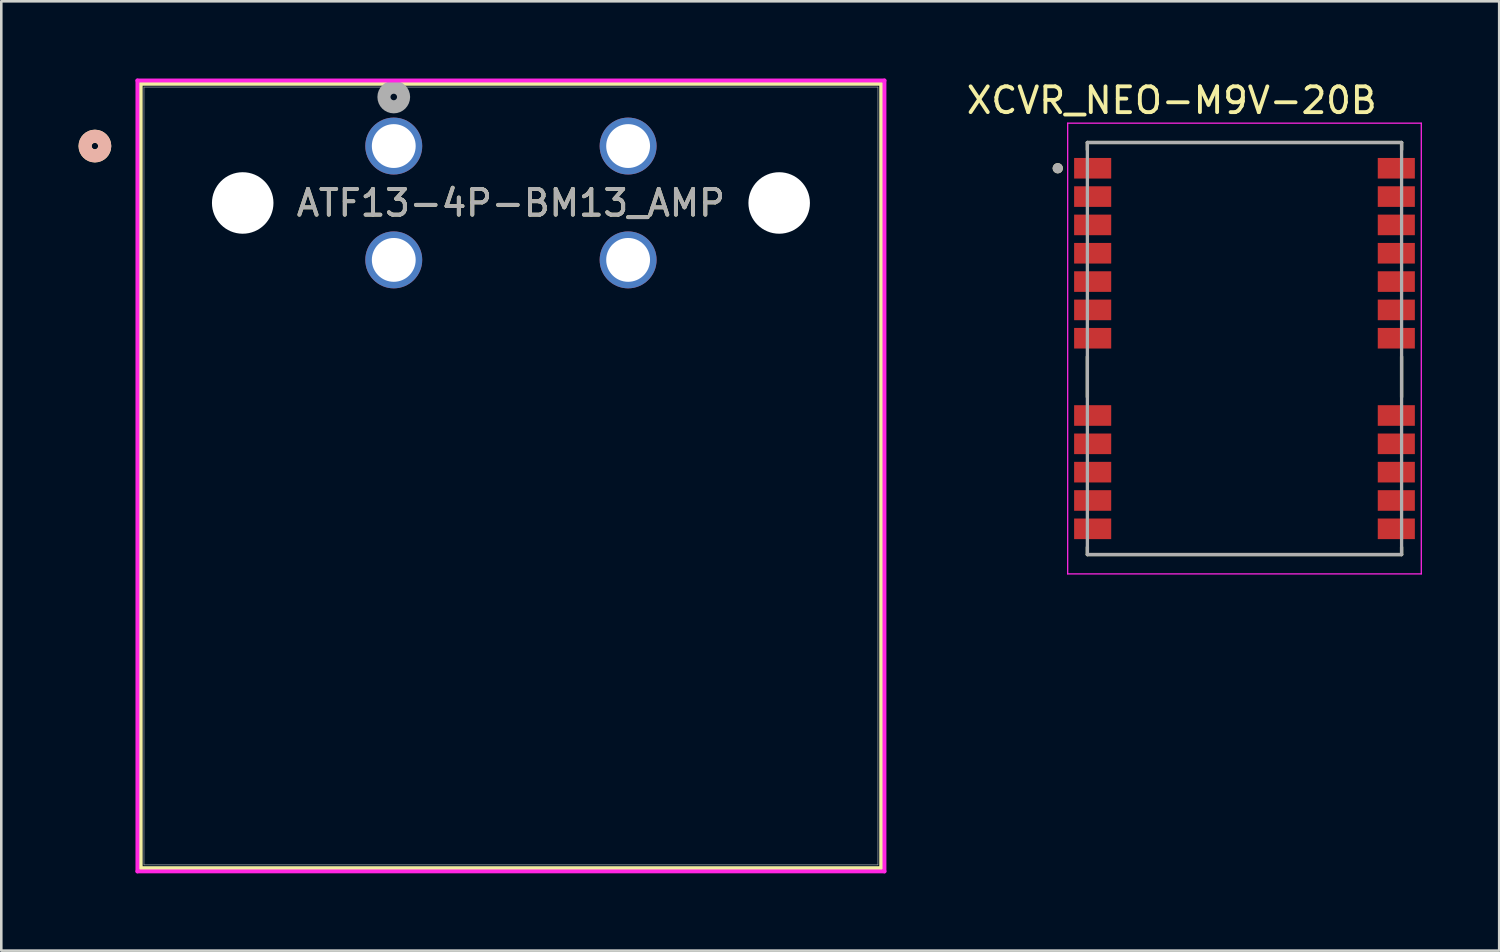
<source format=kicad_pcb>
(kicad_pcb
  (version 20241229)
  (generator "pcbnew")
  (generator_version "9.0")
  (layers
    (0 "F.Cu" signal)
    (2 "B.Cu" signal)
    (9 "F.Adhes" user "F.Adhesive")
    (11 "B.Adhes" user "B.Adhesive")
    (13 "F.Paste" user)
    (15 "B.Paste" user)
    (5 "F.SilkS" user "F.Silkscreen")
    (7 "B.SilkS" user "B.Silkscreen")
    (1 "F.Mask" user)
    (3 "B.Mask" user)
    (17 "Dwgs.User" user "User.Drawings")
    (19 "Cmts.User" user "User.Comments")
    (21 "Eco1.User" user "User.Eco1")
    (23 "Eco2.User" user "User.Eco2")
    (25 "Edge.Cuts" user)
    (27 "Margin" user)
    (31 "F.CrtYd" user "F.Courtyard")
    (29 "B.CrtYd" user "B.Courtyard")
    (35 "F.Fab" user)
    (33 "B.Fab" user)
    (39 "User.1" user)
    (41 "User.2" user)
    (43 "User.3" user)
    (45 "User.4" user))
  (footprint "XCVR_NEO-M9V-20B"
    (layer "F.Cu")
    (at 45.271 10.483)
    (property "Reference" "XCVR_NEO-M9V-20B" (at -2.825 -9.635 0) (layer "F.SilkS") (effects (font (size 1 1) (thickness 0.15))))
    (attr smd)
    (fp_line (start -6.1 -8) (end 6.1 -8) (stroke (width 0.127) (type solid)) (layer "F.SilkS"))
    (fp_line (start -6.1 -7.715) (end -6.1 -8) (stroke (width 0.127) (type solid)) (layer "F.SilkS"))
    (fp_line (start -6.1 1.885) (end -6.1 0.315) (stroke (width 0.127) (type solid)) (layer "F.SilkS"))
    (fp_line (start -6.1 8) (end -6.1 7.715) (stroke (width 0.127) (type solid)) (layer "F.SilkS"))
    (fp_line (start 6.1 -8) (end 6.1 -7.715) (stroke (width 0.127) (type solid)) (layer "F.SilkS"))
    (fp_line (start 6.1 0.315) (end 6.1 1.885) (stroke (width 0.127) (type solid)) (layer "F.SilkS"))
    (fp_line (start 6.1 8) (end -6.1 8) (stroke (width 0.127) (type solid)) (layer "F.SilkS"))
    (fp_line (start 6.1 8) (end 6.1 7.715) (stroke (width 0.127) (type solid)) (layer "F.SilkS"))
    (fp_circle (center -7.25 -7) (end -7.15 -7) (stroke (width 0.2) (type solid)) (fill no) (layer "F.SilkS"))
    (fp_line (start -6.865 -8.75) (end -6.865 8.75) (stroke (width 0.05) (type solid)) (layer "F.CrtYd"))
    (fp_line (start -6.865 8.75) (end 6.865 8.75) (stroke (width 0.05) (type solid)) (layer "F.CrtYd"))
    (fp_line (start 6.865 -8.75) (end -6.865 -8.75) (stroke (width 0.05) (type solid)) (layer "F.CrtYd"))
    (fp_line (start 6.865 8.75) (end 6.865 -8.75) (stroke (width 0.05) (type solid)) (layer "F.CrtYd"))
    (fp_line (start -6.1 -8) (end 6.1 -8) (stroke (width 0.127) (type solid)) (layer "F.Fab"))
    (fp_line (start -6.1 8) (end -6.1 -8) (stroke (width 0.127) (type solid)) (layer "F.Fab"))
    (fp_line (start 6.1 -8) (end 6.1 8) (stroke (width 0.127) (type solid)) (layer "F.Fab"))
    (fp_line (start 6.1 8) (end -6.1 8) (stroke (width 0.127) (type solid)) (layer "F.Fab"))
    (fp_circle (center -7.25 -7) (end -7.15 -7) (stroke (width 0.2) (type solid)) (fill no) (layer "F.Fab"))
    (pad "1" smd rect (at -5.895 -7) (size 1.44 0.8) (layers "F.Cu" "F.Mask" "F.Paste"))
    (pad "2" smd rect (at -5.895 -5.9) (size 1.44 0.8) (layers "F.Cu" "F.Mask" "F.Paste"))
    (pad "3" smd rect (at -5.895 -4.8) (size 1.44 0.8) (layers "F.Cu" "F.Mask" "F.Paste"))
    (pad "4" smd rect (at -5.895 -3.7) (size 1.44 0.8) (layers "F.Cu" "F.Mask" "F.Paste"))
    (pad "5" smd rect (at -5.895 -2.6) (size 1.44 0.8) (layers "F.Cu" "F.Mask" "F.Paste"))
    (pad "6" smd rect (at -5.895 -1.5) (size 1.44 0.8) (layers "F.Cu" "F.Mask" "F.Paste"))
    (pad "7" smd rect (at -5.895 -0.4) (size 1.44 0.8) (layers "F.Cu" "F.Mask" "F.Paste"))
    (pad "8" smd rect (at -5.895 2.6) (size 1.44 0.8) (layers "F.Cu" "F.Mask" "F.Paste"))
    (pad "9" smd rect (at -5.895 3.7) (size 1.44 0.8) (layers "F.Cu" "F.Mask" "F.Paste"))
    (pad "10" smd rect (at -5.895 4.8) (size 1.44 0.8) (layers "F.Cu" "F.Mask" "F.Paste"))
    (pad "11" smd rect (at -5.895 5.9) (size 1.44 0.8) (layers "F.Cu" "F.Mask" "F.Paste"))
    (pad "12" smd rect (at -5.895 7) (size 1.44 0.8) (layers "F.Cu" "F.Mask" "F.Paste"))
    (pad "13" smd rect (at 5.895 7) (size 1.44 0.8) (layers "F.Cu" "F.Mask" "F.Paste"))
    (pad "14" smd rect (at 5.895 5.9) (size 1.44 0.8) (layers "F.Cu" "F.Mask" "F.Paste"))
    (pad "15" smd rect (at 5.895 4.8) (size 1.44 0.8) (layers "F.Cu" "F.Mask" "F.Paste"))
    (pad "16" smd rect (at 5.895 3.7) (size 1.44 0.8) (layers "F.Cu" "F.Mask" "F.Paste"))
    (pad "17" smd rect (at 5.895 2.6) (size 1.44 0.8) (layers "F.Cu" "F.Mask" "F.Paste"))
    (pad "18" smd rect (at 5.895 -0.4) (size 1.44 0.8) (layers "F.Cu" "F.Mask" "F.Paste"))
    (pad "19" smd rect (at 5.895 -1.5) (size 1.44 0.8) (layers "F.Cu" "F.Mask" "F.Paste"))
    (pad "20" smd rect (at 5.895 -2.6) (size 1.44 0.8) (layers "F.Cu" "F.Mask" "F.Paste"))
    (pad "21" smd rect (at 5.895 -3.7) (size 1.44 0.8) (layers "F.Cu" "F.Mask" "F.Paste"))
    (pad "22" smd rect (at 5.895 -4.8) (size 1.44 0.8) (layers "F.Cu" "F.Mask" "F.Paste"))
    (pad "23" smd rect (at 5.895 -5.9) (size 1.44 0.8) (layers "F.Cu" "F.Mask" "F.Paste"))
    (pad "24" smd rect (at 5.895 -7) (size 1.44 0.8) (layers "F.Cu" "F.Mask" "F.Paste")))
  (footprint "ATF13-4P-BM13_AMP"
    (layer "F.Cu")
    (at 16.789 4.831)
    (property "Reference" "ATF13-4P-BM13_AMP" (at 0 -0.000001 0) (unlocked yes) (layer "F.SilkS") (effects (font (size 1 1) (thickness 0.15))))
    (attr through_hole)
    (fp_line (start -14.376 -4.628) (end -14.376 25.827) (stroke (width 0.152) (type solid)) (layer "F.SilkS"))
    (fp_line (start -14.376 25.827) (end 14.376 25.827) (stroke (width 0.152) (type solid)) (layer "F.SilkS"))
    (fp_line (start 14.376 -4.628) (end -14.376 -4.628) (stroke (width 0.152) (type solid)) (layer "F.SilkS"))
    (fp_line (start 14.376 25.827) (end 14.376 -4.628) (stroke (width 0.152) (type solid)) (layer "F.SilkS"))
    (fp_circle (center -16.154 -2.21) (end -15.773 -2.21) (stroke (width 0.508) (type solid)) (fill no) (layer "F.SilkS"))
    (fp_circle (center -16.154 -2.21) (end -15.773 -2.21) (stroke (width 0.508) (type solid)) (fill no) (layer "B.SilkS"))
    (fp_line (start -14.503 -4.755) (end -14.503 25.954) (stroke (width 0.152) (type solid)) (layer "F.CrtYd"))
    (fp_line (start -14.503 25.954) (end 14.503 25.954) (stroke (width 0.152) (type solid)) (layer "F.CrtYd"))
    (fp_line (start 14.503 -4.755) (end -14.503 -4.755) (stroke (width 0.152) (type solid)) (layer "F.CrtYd"))
    (fp_line (start 14.503 25.954) (end 14.503 -4.755) (stroke (width 0.152) (type solid)) (layer "F.CrtYd"))
    (fp_line (start -14.249 -4.501) (end -14.249 25.7) (stroke (width 0.025) (type solid)) (layer "F.Fab"))
    (fp_line (start -14.249 25.7) (end 14.249 25.7) (stroke (width 0.025) (type solid)) (layer "F.Fab"))
    (fp_line (start 14.249 -4.501) (end -14.249 -4.501) (stroke (width 0.025) (type solid)) (layer "F.Fab"))
    (fp_line (start 14.249 25.7) (end 14.249 -4.501) (stroke (width 0.025) (type solid)) (layer "F.Fab"))
    (fp_circle (center -4.55 -4.115) (end -4.169 -4.115) (stroke (width 0.508) (type solid)) (fill no) (layer "F.Fab"))
    (fp_text user "${REFERENCE}" (at 0 -0.000001 0) (unlocked yes) (layer "F.Fab") (effects (font (size 1 1) (thickness 0.15))))
    (pad "" np_thru_hole circle (at -10.415 -0.000001) (size 2.388 2.388) (drill 2.388) (layers "*.Cu" "*.Mask"))
    (pad "" np_thru_hole circle (at 10.415 -0.000001) (size 2.388 2.388) (drill 2.388) (layers "*.Cu" "*.Mask"))
    (pad "1" thru_hole circle (at -4.55 -2.21) (size 2.21 2.21) (drill 1.702) (layers "*.Cu" "*.Mask"))
    (pad "2" thru_hole circle (at 4.55 -2.21) (size 2.21 2.21) (drill 1.702) (layers "*.Cu" "*.Mask"))
    (pad "3" thru_hole circle (at -4.55 2.21) (size 2.21 2.21) (drill 1.702) (layers "*.Cu" "*.Mask"))
    (pad "4" thru_hole circle (at 4.55 2.21) (size 2.21 2.21) (drill 1.702) (layers "*.Cu" "*.Mask")))
  (gr_rect
    (start -3 -3)
    (end 55.161 33.861)
    (stroke (width 0.1) (type default))
    (fill no)
    (layer "Edge.Cuts")))
</source>
